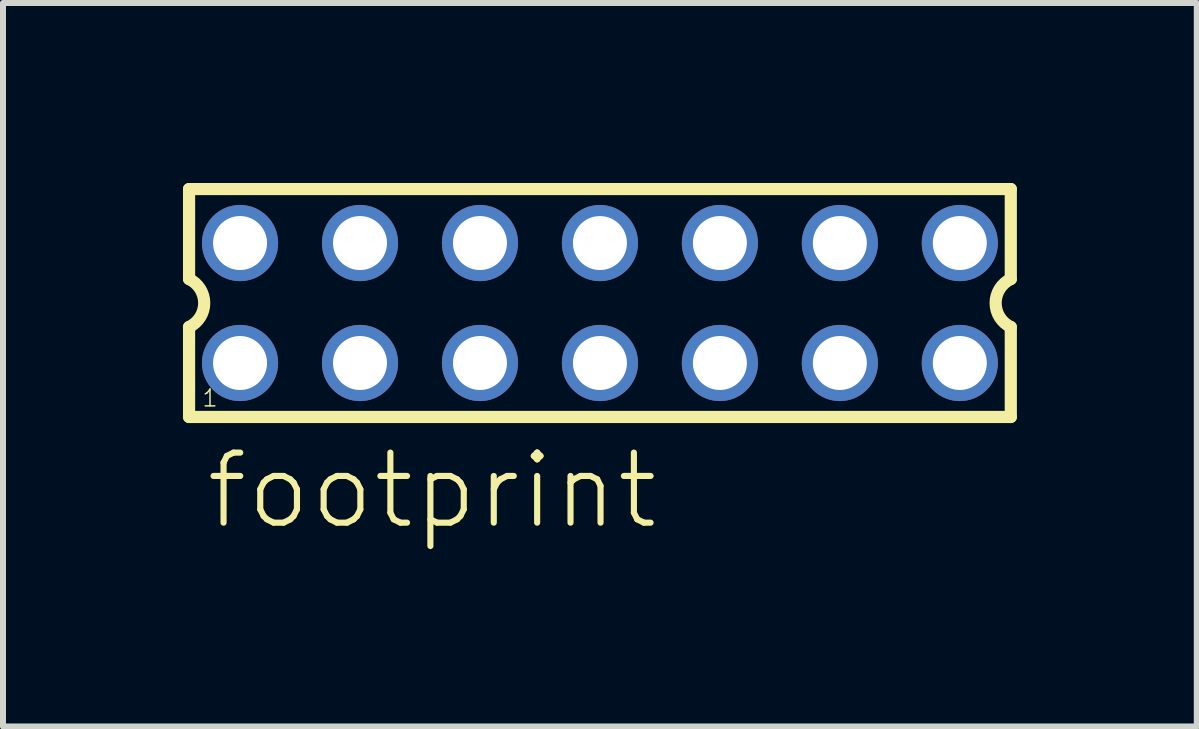
<source format=kicad_pcb>
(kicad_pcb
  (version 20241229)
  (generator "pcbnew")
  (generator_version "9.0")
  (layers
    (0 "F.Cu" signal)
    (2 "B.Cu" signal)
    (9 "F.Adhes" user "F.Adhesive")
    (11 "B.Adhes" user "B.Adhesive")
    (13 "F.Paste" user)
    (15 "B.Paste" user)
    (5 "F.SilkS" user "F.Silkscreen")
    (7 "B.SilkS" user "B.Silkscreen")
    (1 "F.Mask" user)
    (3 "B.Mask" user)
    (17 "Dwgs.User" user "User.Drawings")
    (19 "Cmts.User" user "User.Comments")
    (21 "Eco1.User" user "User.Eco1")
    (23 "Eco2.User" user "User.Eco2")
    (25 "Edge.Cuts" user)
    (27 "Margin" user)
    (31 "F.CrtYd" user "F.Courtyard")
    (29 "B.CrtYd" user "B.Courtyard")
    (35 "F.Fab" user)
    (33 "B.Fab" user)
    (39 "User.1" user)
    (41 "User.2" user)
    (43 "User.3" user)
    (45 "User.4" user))
  (footprint "footprint"
    (layer "F.Cu")
    (at 6.952 2.002)
    (property "Reference" "footprint" (at -6.62 3.81 0) (layer "F.SilkS") (effects (font (size 1.168 1.168) (thickness 0.102)) (justify left bottom)))
    (fp_line (start -6.85 -1.9) (end -6.85 -0.4) (stroke (width 0.203) (type solid)) (layer "F.SilkS"))
    (fp_line (start -6.85 0.4) (end -6.85 1.9) (stroke (width 0.203) (type solid)) (layer "F.SilkS"))
    (fp_line (start -6.85 1.9) (end 6.85 1.9) (stroke (width 0.203) (type solid)) (layer "F.SilkS"))
    (fp_line (start 6.85 -1.9) (end -6.85 -1.9) (stroke (width 0.203) (type solid)) (layer "F.SilkS"))
    (fp_line (start 6.85 -0.4) (end 6.85 -1.9) (stroke (width 0.203) (type solid)) (layer "F.SilkS"))
    (fp_line (start 6.85 1.9) (end 6.85 0.4) (stroke (width 0.203) (type solid)) (layer "F.SilkS"))
    (fp_arc (start -6.85 -0.4) (mid -6.597168 -0.000001) (end -6.849998 0.399999) (stroke (width 0.2032) (type solid)) (layer "F.SilkS"))
    (fp_arc (start 6.85 0.4) (mid 6.597168 0.000001) (end 6.849998 -0.399999) (stroke (width 0.2032) (type solid)) (layer "F.SilkS"))
    (fp_poly (pts (xy -6.25 -0.75) (xy -5.75 -0.75) (xy -5.75 -1.25) (xy -6.25 -1.25)) (stroke (width 0.1) (type solid)) (fill no) (layer "F.Fab"))
    (fp_poly (pts (xy -6.25 1.25) (xy -5.75 1.25) (xy -5.75 0.75) (xy -6.25 0.75)) (stroke (width 0.1) (type solid)) (fill no) (layer "F.Fab"))
    (fp_poly (pts (xy -4.25 -0.75) (xy -3.75 -0.75) (xy -3.75 -1.25) (xy -4.25 -1.25)) (stroke (width 0.1) (type solid)) (fill no) (layer "F.Fab"))
    (fp_poly (pts (xy -4.25 1.25) (xy -3.75 1.25) (xy -3.75 0.75) (xy -4.25 0.75)) (stroke (width 0.1) (type solid)) (fill no) (layer "F.Fab"))
    (fp_poly (pts (xy -2.25 -0.75) (xy -1.75 -0.75) (xy -1.75 -1.25) (xy -2.25 -1.25)) (stroke (width 0.1) (type solid)) (fill no) (layer "F.Fab"))
    (fp_poly (pts (xy -2.25 1.25) (xy -1.75 1.25) (xy -1.75 0.75) (xy -2.25 0.75)) (stroke (width 0.1) (type solid)) (fill no) (layer "F.Fab"))
    (fp_poly (pts (xy -0.25 -0.75) (xy 0.25 -0.75) (xy 0.25 -1.25) (xy -0.25 -1.25)) (stroke (width 0.1) (type solid)) (fill no) (layer "F.Fab"))
    (fp_poly (pts (xy -0.25 1.25) (xy 0.25 1.25) (xy 0.25 0.75) (xy -0.25 0.75)) (stroke (width 0.1) (type solid)) (fill no) (layer "F.Fab"))
    (fp_poly (pts (xy 1.75 -0.75) (xy 2.25 -0.75) (xy 2.25 -1.25) (xy 1.75 -1.25)) (stroke (width 0.1) (type solid)) (fill no) (layer "F.Fab"))
    (fp_poly (pts (xy 1.75 1.25) (xy 2.25 1.25) (xy 2.25 0.75) (xy 1.75 0.75)) (stroke (width 0.1) (type solid)) (fill no) (layer "F.Fab"))
    (fp_poly (pts (xy 3.75 -0.75) (xy 4.25 -0.75) (xy 4.25 -1.25) (xy 3.75 -1.25)) (stroke (width 0.1) (type solid)) (fill no) (layer "F.Fab"))
    (fp_poly (pts (xy 3.75 1.25) (xy 4.25 1.25) (xy 4.25 0.75) (xy 3.75 0.75)) (stroke (width 0.1) (type solid)) (fill no) (layer "F.Fab"))
    (fp_poly (pts (xy 5.75 -0.75) (xy 6.25 -0.75) (xy 6.25 -1.25) (xy 5.75 -1.25)) (stroke (width 0.1) (type solid)) (fill no) (layer "F.Fab"))
    (fp_poly (pts (xy 5.75 1.25) (xy 6.25 1.25) (xy 6.25 0.75) (xy 5.75 0.75)) (stroke (width 0.1) (type solid)) (fill no) (layer "F.Fab"))
    (fp_text user "1" (at -6.65 1.75 0) (layer "F.SilkS") (effects (font (size 0.28 0.28) (thickness 0.024)) (justify left bottom)))
    (pad "1" thru_hole circle (at -6 1) (size 1.27 1.27) (drill 0.9) (layers "*.Cu" "*.Mask"))
    (pad "2" thru_hole circle (at -6 -1) (size 1.27 1.27) (drill 0.9) (layers "*.Cu" "*.Mask"))
    (pad "3" thru_hole circle (at -4 1) (size 1.27 1.27) (drill 0.9) (layers "*.Cu" "*.Mask"))
    (pad "4" thru_hole circle (at -4 -1) (size 1.27 1.27) (drill 0.9) (layers "*.Cu" "*.Mask"))
    (pad "5" thru_hole circle (at -2 1) (size 1.27 1.27) (drill 0.9) (layers "*.Cu" "*.Mask"))
    (pad "6" thru_hole circle (at -2 -1) (size 1.27 1.27) (drill 0.9) (layers "*.Cu" "*.Mask"))
    (pad "7" thru_hole circle (at 0 1) (size 1.27 1.27) (drill 0.9) (layers "*.Cu" "*.Mask"))
    (pad "8" thru_hole circle (at 0 -1) (size 1.27 1.27) (drill 0.9) (layers "*.Cu" "*.Mask"))
    (pad "9" thru_hole circle (at 2 1) (size 1.27 1.27) (drill 0.9) (layers "*.Cu" "*.Mask"))
    (pad "10" thru_hole circle (at 2 -1) (size 1.27 1.27) (drill 0.9) (layers "*.Cu" "*.Mask"))
    (pad "11" thru_hole circle (at 4 1) (size 1.27 1.27) (drill 0.9) (layers "*.Cu" "*.Mask"))
    (pad "12" thru_hole circle (at 4 -1) (size 1.27 1.27) (drill 0.9) (layers "*.Cu" "*.Mask"))
    (pad "13" thru_hole circle (at 6 1) (size 1.27 1.27) (drill 0.9) (layers "*.Cu" "*.Mask"))
    (pad "14" thru_hole circle (at 6 -1) (size 1.27 1.27) (drill 0.9) (layers "*.Cu" "*.Mask")))
  (gr_rect
    (start -3 -3)
    (end 16.903 9.062)
    (stroke (width 0.1) (type default))
    (fill no)
    (layer "Edge.Cuts")))
</source>
